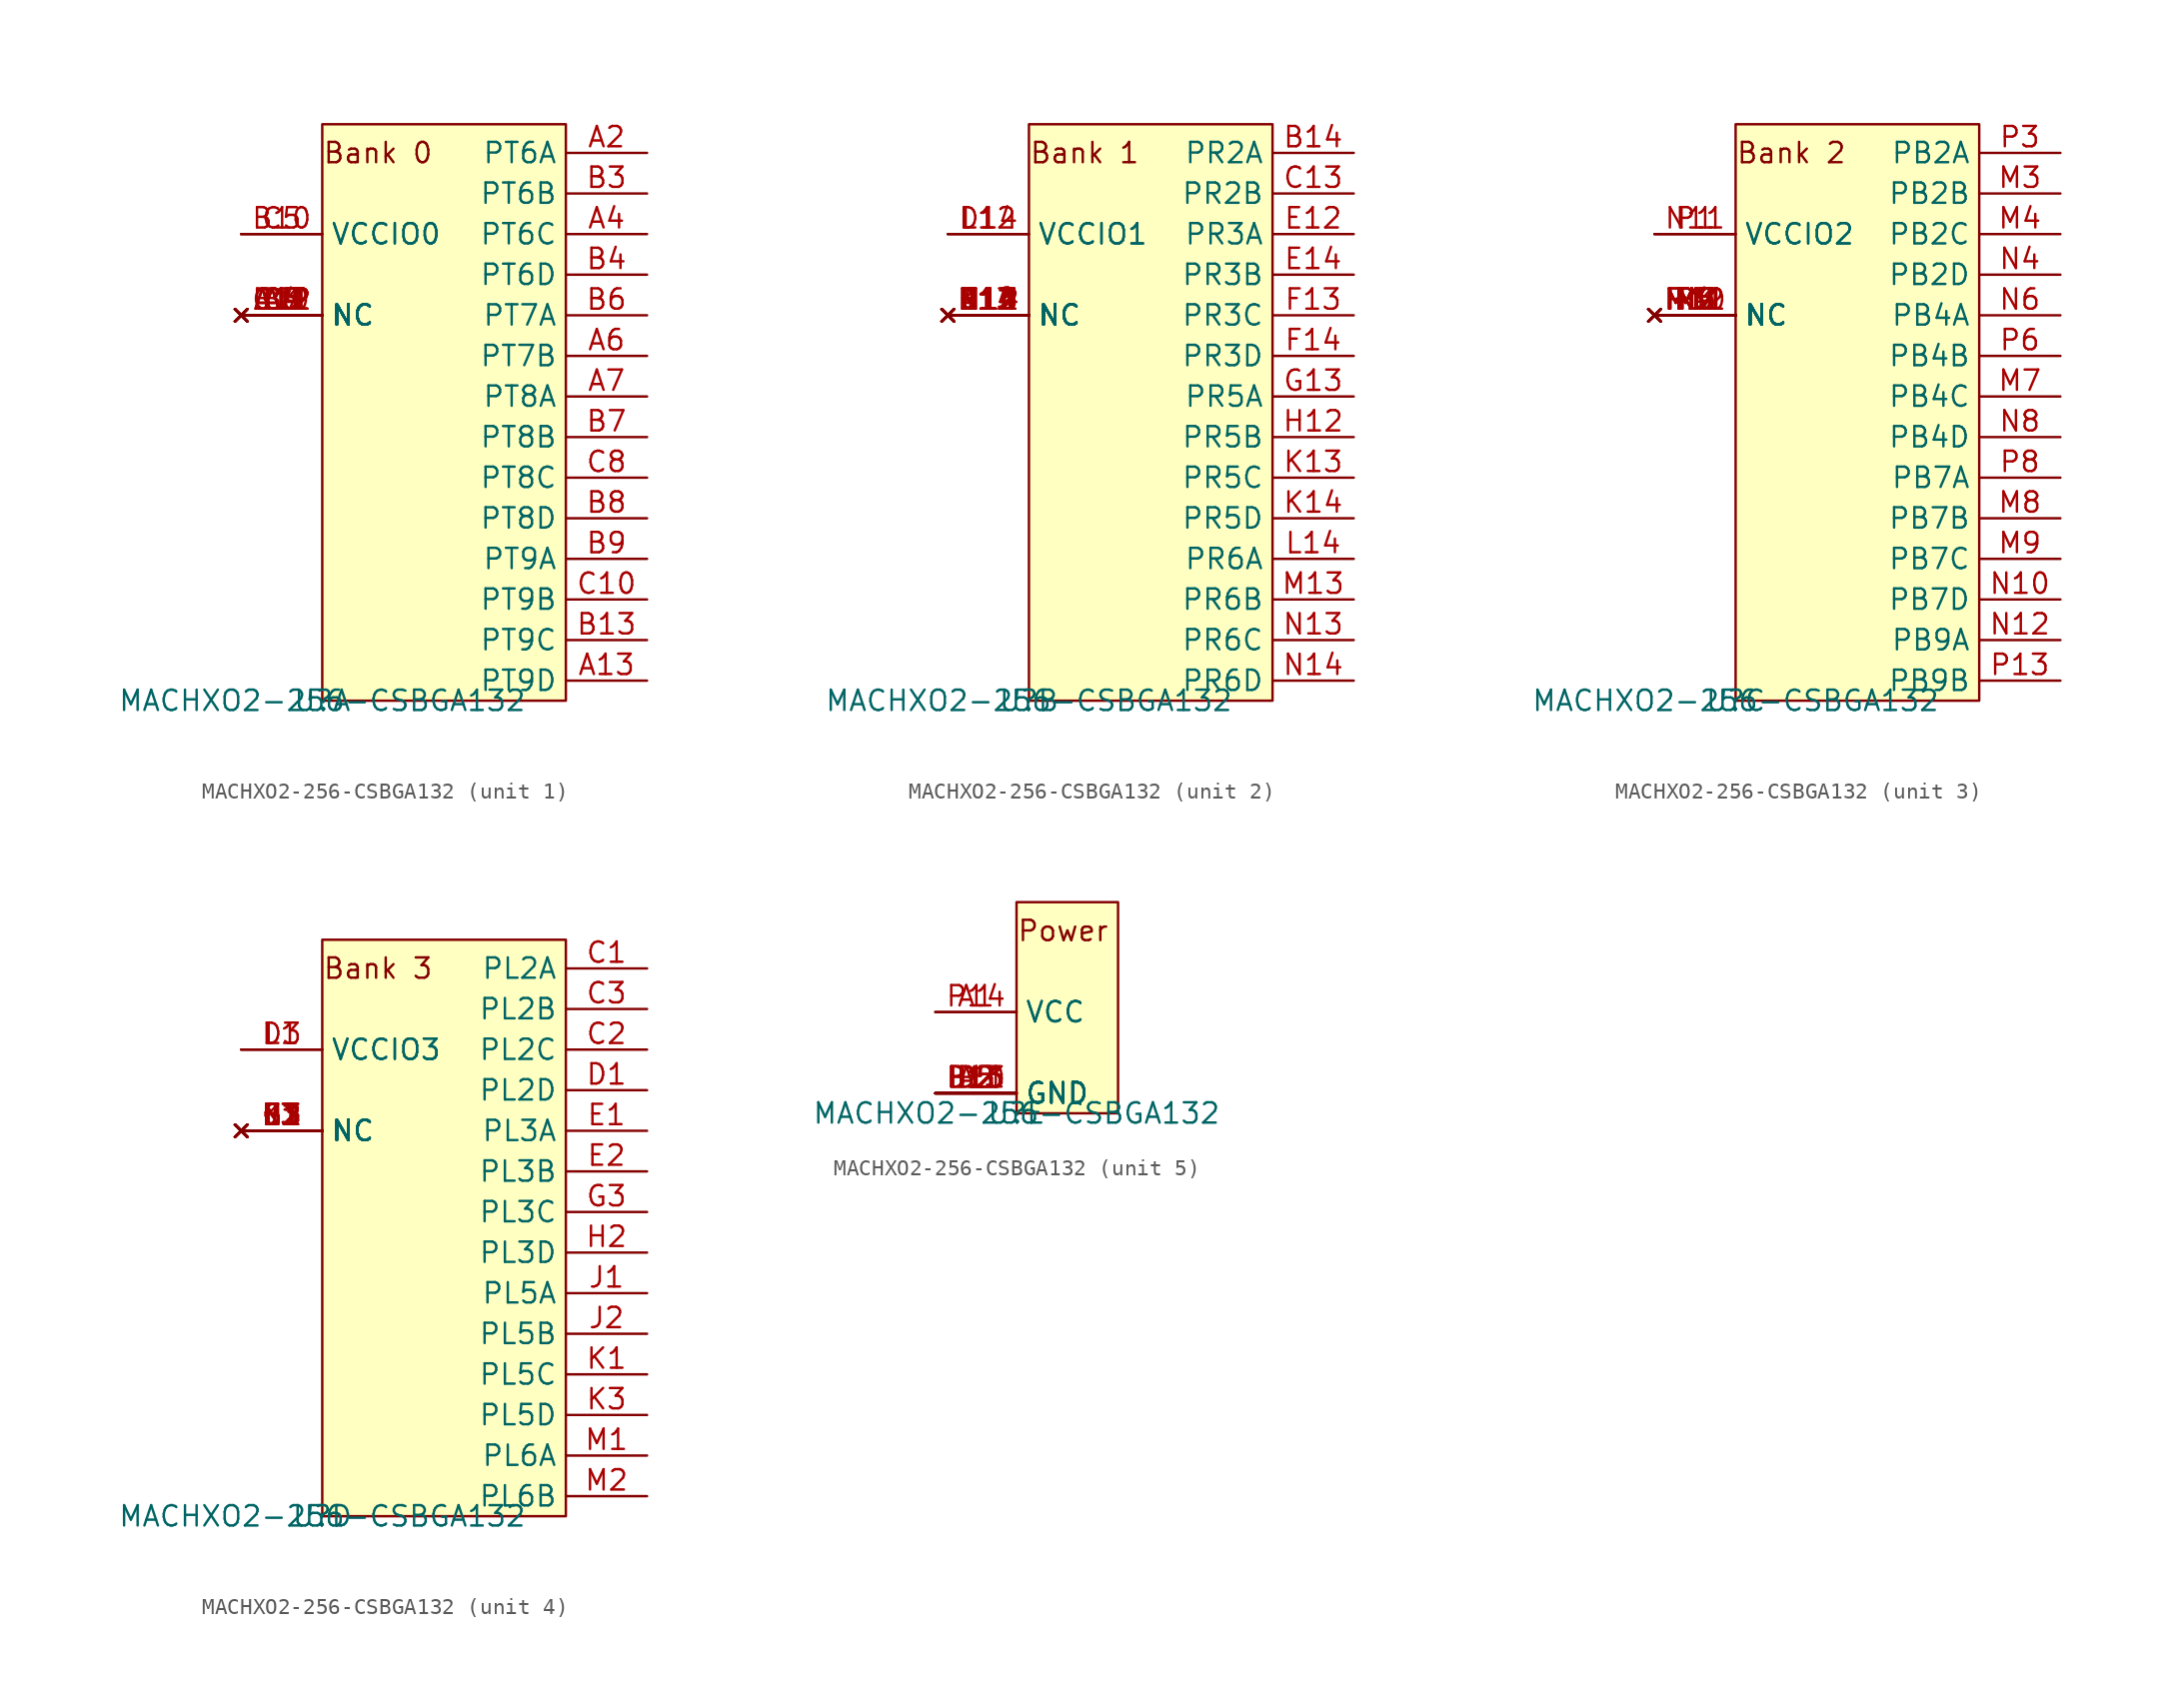
<source format=kicad_sym>
(kicad_symbol_lib
  (version 20211014)
  (generator kicad_symbol_editor)
  (symbol "MACHXO2-256-CSBGA132"
    (property "Reference" "U"
      (at 0 0 0)
      (effects (font (size 1.27 1.27))))
    (property "Value" "MACHXO2-256-CSBGA132"
      (at 0 0 0)
      (effects (font (size 1.27 1.27))))
    (property "ki_locked" ""
      (at 0 0 0)
      (effects (font (size 1.27 1.27))))
    (symbol "MACHXO2-256-CSBGA132_1_0"
      (pin power_in line (at -5.08 29.194 0) (length 5.08) (name "VCCIO0" (effects (font (size 1.27 1.27)))) (number "B10" (effects (font (size 1.27 1.27)))))
      (pin power_in line (at -5.08 29.194 0) (length 5.08) (name "VCCIO0" (effects (font (size 1.27 1.27)))) (number "C5" (effects (font (size 1.27 1.27)))))
      (pin no_connect line (at -5.08 24.114 0) (length 5.08) (name "NC" (effects (font (size 1.27 1.27)))) (number "A12" (effects (font (size 1.27 1.27)))))
      (pin no_connect line (at -5.08 24.114 0) (length 5.08) (name "NC" (effects (font (size 1.27 1.27)))) (number "C12" (effects (font (size 1.27 1.27)))))
      (pin no_connect line (at -5.08 24.114 0) (length 5.08) (name "NC" (effects (font (size 1.27 1.27)))) (number "B12" (effects (font (size 1.27 1.27)))))
      (pin no_connect line (at -5.08 24.114 0) (length 5.08) (name "NC" (effects (font (size 1.27 1.27)))) (number "A11" (effects (font (size 1.27 1.27)))))
      (pin no_connect line (at -5.08 24.114 0) (length 5.08) (name "NC" (effects (font (size 1.27 1.27)))) (number "C11" (effects (font (size 1.27 1.27)))))
      (pin no_connect line (at -5.08 24.114 0) (length 5.08) (name "NC" (effects (font (size 1.27 1.27)))) (number "A10" (effects (font (size 1.27 1.27)))))
      (pin no_connect line (at -5.08 24.114 0) (length 5.08) (name "NC" (effects (font (size 1.27 1.27)))) (number "A9" (effects (font (size 1.27 1.27)))))
      (pin no_connect line (at -5.08 24.114 0) (length 5.08) (name "NC" (effects (font (size 1.27 1.27)))) (number "C9" (effects (font (size 1.27 1.27)))))
      (pin no_connect line (at -5.08 24.114 0) (length 5.08) (name "NC" (effects (font (size 1.27 1.27)))) (number "A8" (effects (font (size 1.27 1.27)))))
      (pin no_connect line (at -5.08 24.114 0) (length 5.08) (name "NC" (effects (font (size 1.27 1.27)))) (number "C6" (effects (font (size 1.27 1.27)))))
      (pin no_connect line (at -5.08 24.114 0) (length 5.08) (name "NC" (effects (font (size 1.27 1.27)))) (number "B5" (effects (font (size 1.27 1.27)))))
      (pin no_connect line (at -5.08 24.114 0) (length 5.08) (name "NC" (effects (font (size 1.27 1.27)))) (number "C4" (effects (font (size 1.27 1.27)))))
      (pin no_connect line (at -5.08 24.114 0) (length 5.08) (name "NC" (effects (font (size 1.27 1.27)))) (number "A3" (effects (font (size 1.27 1.27)))))
      (pin no_connect line (at -5.08 24.114 0) (length 5.08) (name "NC" (effects (font (size 1.27 1.27)))) (number "C7" (effects (font (size 1.27 1.27)))))
      (pin bidirectional line (at 20.32 34.274 180) (length 5.08) (name "PT6A" (effects (font (size 1.27 1.27)))) (number "A2" (effects (font (size 1.27 1.27)))))
      (pin bidirectional line (at 20.32 31.734 180) (length 5.08) (name "PT6B" (effects (font (size 1.27 1.27)))) (number "B3" (effects (font (size 1.27 1.27)))))
      (pin bidirectional line (at 20.32 29.194 180) (length 5.08) (name "PT6C" (effects (font (size 1.27 1.27)))) (number "A4" (effects (font (size 1.27 1.27)))))
      (pin bidirectional line (at 20.32 26.654 180) (length 5.08) (name "PT6D" (effects (font (size 1.27 1.27)))) (number "B4" (effects (font (size 1.27 1.27)))))
      (pin bidirectional line (at 20.32 24.114 180) (length 5.08) (name "PT7A" (effects (font (size 1.27 1.27)))) (number "B6" (effects (font (size 1.27 1.27)))))
      (pin bidirectional line (at 20.32 21.574 180) (length 5.08) (name "PT7B" (effects (font (size 1.27 1.27)))) (number "A6" (effects (font (size 1.27 1.27)))))
      (pin bidirectional line (at 20.32 19.034 180) (length 5.08) (name "PT8A" (effects (font (size 1.27 1.27)))) (number "A7" (effects (font (size 1.27 1.27)))))
      (pin bidirectional line (at 20.32 16.494 180) (length 5.08) (name "PT8B" (effects (font (size 1.27 1.27)))) (number "B7" (effects (font (size 1.27 1.27)))))
      (pin bidirectional line (at 20.32 13.954 180) (length 5.08) (name "PT8C" (effects (font (size 1.27 1.27)))) (number "C8" (effects (font (size 1.27 1.27)))))
      (pin bidirectional line (at 20.32 11.414 180) (length 5.08) (name "PT8D" (effects (font (size 1.27 1.27)))) (number "B8" (effects (font (size 1.27 1.27)))))
      (pin bidirectional line (at 20.32 8.874 180) (length 5.08) (name "PT9A" (effects (font (size 1.27 1.27)))) (number "B9" (effects (font (size 1.27 1.27)))))
      (pin bidirectional line (at 20.32 6.334 180) (length 5.08) (name "PT9B" (effects (font (size 1.27 1.27)))) (number "C10" (effects (font (size 1.27 1.27)))))
      (pin bidirectional line (at 20.32 3.794 180) (length 5.08) (name "PT9C" (effects (font (size 1.27 1.27)))) (number "B13" (effects (font (size 1.27 1.27)))))
      (pin bidirectional line (at 20.32 1.254 180) (length 5.08) (name "PT9D" (effects (font (size 1.27 1.27)))) (number "A13" (effects (font (size 1.27 1.27))))))
    (symbol "MACHXO2-256-CSBGA132_1_1"
      (rectangle (start 0 0) (end 15.24 36.068) (stroke (width 0) (type default) (color 0 0 0 0)) (fill (type background)))
      (text "Bank 0" (at 0 34.274 0) (effects (font (size 1.27 1.27)) (justify left))))
    (symbol "MACHXO2-256-CSBGA132_2_0"
      (pin power_in line (at -5.08 29.194 0) (length 5.08) (name "VCCIO1" (effects (font (size 1.27 1.27)))) (number "L12" (effects (font (size 1.27 1.27)))))
      (pin power_in line (at -5.08 29.194 0) (length 5.08) (name "VCCIO1" (effects (font (size 1.27 1.27)))) (number "D14" (effects (font (size 1.27 1.27)))))
      (pin no_connect line (at -5.08 24.114 0) (length 5.08) (name "NC" (effects (font (size 1.27 1.27)))) (number "M14" (effects (font (size 1.27 1.27)))))
      (pin no_connect line (at -5.08 24.114 0) (length 5.08) (name "NC" (effects (font (size 1.27 1.27)))) (number "M12" (effects (font (size 1.27 1.27)))))
      (pin no_connect line (at -5.08 24.114 0) (length 5.08) (name "NC" (effects (font (size 1.27 1.27)))) (number "K12" (effects (font (size 1.27 1.27)))))
      (pin no_connect line (at -5.08 24.114 0) (length 5.08) (name "NC" (effects (font (size 1.27 1.27)))) (number "J13" (effects (font (size 1.27 1.27)))))
      (pin no_connect line (at -5.08 24.114 0) (length 5.08) (name "NC" (effects (font (size 1.27 1.27)))) (number "J14" (effects (font (size 1.27 1.27)))))
      (pin no_connect line (at -5.08 24.114 0) (length 5.08) (name "NC" (effects (font (size 1.27 1.27)))) (number "J12" (effects (font (size 1.27 1.27)))))
      (pin no_connect line (at -5.08 24.114 0) (length 5.08) (name "NC" (effects (font (size 1.27 1.27)))) (number "H14" (effects (font (size 1.27 1.27)))))
      (pin no_connect line (at -5.08 24.114 0) (length 5.08) (name "NC" (effects (font (size 1.27 1.27)))) (number "H13" (effects (font (size 1.27 1.27)))))
      (pin no_connect line (at -5.08 24.114 0) (length 5.08) (name "NC" (effects (font (size 1.27 1.27)))) (number "G14" (effects (font (size 1.27 1.27)))))
      (pin no_connect line (at -5.08 24.114 0) (length 5.08) (name "NC" (effects (font (size 1.27 1.27)))) (number "G12" (effects (font (size 1.27 1.27)))))
      (pin no_connect line (at -5.08 24.114 0) (length 5.08) (name "NC" (effects (font (size 1.27 1.27)))) (number "A14" (effects (font (size 1.27 1.27)))))
      (pin no_connect line (at -5.08 24.114 0) (length 5.08) (name "NC" (effects (font (size 1.27 1.27)))) (number "F12" (effects (font (size 1.27 1.27)))))
      (pin no_connect line (at -5.08 24.114 0) (length 5.08) (name "NC" (effects (font (size 1.27 1.27)))) (number "E13" (effects (font (size 1.27 1.27)))))
      (pin no_connect line (at -5.08 24.114 0) (length 5.08) (name "NC" (effects (font (size 1.27 1.27)))) (number "D12" (effects (font (size 1.27 1.27)))))
      (pin no_connect line (at -5.08 24.114 0) (length 5.08) (name "NC" (effects (font (size 1.27 1.27)))) (number "C14" (effects (font (size 1.27 1.27)))))
      (pin bidirectional line (at 20.32 34.274 180) (length 5.08) (name "PR2A" (effects (font (size 1.27 1.27)))) (number "B14" (effects (font (size 1.27 1.27)))))
      (pin bidirectional line (at 20.32 31.734 180) (length 5.08) (name "PR2B" (effects (font (size 1.27 1.27)))) (number "C13" (effects (font (size 1.27 1.27)))))
      (pin bidirectional line (at 20.32 29.194 180) (length 5.08) (name "PR3A" (effects (font (size 1.27 1.27)))) (number "E12" (effects (font (size 1.27 1.27)))))
      (pin bidirectional line (at 20.32 26.654 180) (length 5.08) (name "PR3B" (effects (font (size 1.27 1.27)))) (number "E14" (effects (font (size 1.27 1.27)))))
      (pin bidirectional line (at 20.32 24.114 180) (length 5.08) (name "PR3C" (effects (font (size 1.27 1.27)))) (number "F13" (effects (font (size 1.27 1.27)))))
      (pin bidirectional line (at 20.32 21.574 180) (length 5.08) (name "PR3D" (effects (font (size 1.27 1.27)))) (number "F14" (effects (font (size 1.27 1.27)))))
      (pin bidirectional line (at 20.32 19.034 180) (length 5.08) (name "PR5A" (effects (font (size 1.27 1.27)))) (number "G13" (effects (font (size 1.27 1.27)))))
      (pin bidirectional line (at 20.32 16.494 180) (length 5.08) (name "PR5B" (effects (font (size 1.27 1.27)))) (number "H12" (effects (font (size 1.27 1.27)))))
      (pin bidirectional line (at 20.32 13.954 180) (length 5.08) (name "PR5C" (effects (font (size 1.27 1.27)))) (number "K13" (effects (font (size 1.27 1.27)))))
      (pin bidirectional line (at 20.32 11.414 180) (length 5.08) (name "PR5D" (effects (font (size 1.27 1.27)))) (number "K14" (effects (font (size 1.27 1.27)))))
      (pin bidirectional line (at 20.32 8.874 180) (length 5.08) (name "PR6A" (effects (font (size 1.27 1.27)))) (number "L14" (effects (font (size 1.27 1.27)))))
      (pin bidirectional line (at 20.32 6.334 180) (length 5.08) (name "PR6B" (effects (font (size 1.27 1.27)))) (number "M13" (effects (font (size 1.27 1.27)))))
      (pin bidirectional line (at 20.32 3.794 180) (length 5.08) (name "PR6C" (effects (font (size 1.27 1.27)))) (number "N13" (effects (font (size 1.27 1.27)))))
      (pin bidirectional line (at 20.32 1.254 180) (length 5.08) (name "PR6D" (effects (font (size 1.27 1.27)))) (number "N14" (effects (font (size 1.27 1.27))))))
    (symbol "MACHXO2-256-CSBGA132_2_1"
      (rectangle (start 0 0) (end 15.24 36.068) (stroke (width 0) (type default) (color 0 0 0 0)) (fill (type background)))
      (text "Bank 1" (at 0 34.274 0) (effects (font (size 1.27 1.27)) (justify left))))
    (symbol "MACHXO2-256-CSBGA132_3_0"
      (pin power_in line (at -5.08 29.194 0) (length 5.08) (name "VCCIO2" (effects (font (size 1.27 1.27)))) (number "P1" (effects (font (size 1.27 1.27)))))
      (pin power_in line (at -5.08 29.194 0) (length 5.08) (name "VCCIO2" (effects (font (size 1.27 1.27)))) (number "N11" (effects (font (size 1.27 1.27)))))
      (pin no_connect line (at -5.08 24.114 0) (length 5.08) (name "NC" (effects (font (size 1.27 1.27)))) (number "P2" (effects (font (size 1.27 1.27)))))
      (pin no_connect line (at -5.08 24.114 0) (length 5.08) (name "NC" (effects (font (size 1.27 1.27)))) (number "N2" (effects (font (size 1.27 1.27)))))
      (pin no_connect line (at -5.08 24.114 0) (length 5.08) (name "NC" (effects (font (size 1.27 1.27)))) (number "N3" (effects (font (size 1.27 1.27)))))
      (pin no_connect line (at -5.08 24.114 0) (length 5.08) (name "NC" (effects (font (size 1.27 1.27)))) (number "P4" (effects (font (size 1.27 1.27)))))
      (pin no_connect line (at -5.08 24.114 0) (length 5.08) (name "NC" (effects (font (size 1.27 1.27)))) (number "N5" (effects (font (size 1.27 1.27)))))
      (pin no_connect line (at -5.08 24.114 0) (length 5.08) (name "NC" (effects (font (size 1.27 1.27)))) (number "M5" (effects (font (size 1.27 1.27)))))
      (pin no_connect line (at -5.08 24.114 0) (length 5.08) (name "NC" (effects (font (size 1.27 1.27)))) (number "M6" (effects (font (size 1.27 1.27)))))
      (pin no_connect line (at -5.08 24.114 0) (length 5.08) (name "NC" (effects (font (size 1.27 1.27)))) (number "P7" (effects (font (size 1.27 1.27)))))
      (pin no_connect line (at -5.08 24.114 0) (length 5.08) (name "NC" (effects (font (size 1.27 1.27)))) (number "N7" (effects (font (size 1.27 1.27)))))
      (pin no_connect line (at -5.08 24.114 0) (length 5.08) (name "NC" (effects (font (size 1.27 1.27)))) (number "P9" (effects (font (size 1.27 1.27)))))
      (pin no_connect line (at -5.08 24.114 0) (length 5.08) (name "NC" (effects (font (size 1.27 1.27)))) (number "N9" (effects (font (size 1.27 1.27)))))
      (pin no_connect line (at -5.08 24.114 0) (length 5.08) (name "NC" (effects (font (size 1.27 1.27)))) (number "M10" (effects (font (size 1.27 1.27)))))
      (pin no_connect line (at -5.08 24.114 0) (length 5.08) (name "NC" (effects (font (size 1.27 1.27)))) (number "P11" (effects (font (size 1.27 1.27)))))
      (pin no_connect line (at -5.08 24.114 0) (length 5.08) (name "NC" (effects (font (size 1.27 1.27)))) (number "M11" (effects (font (size 1.27 1.27)))))
      (pin no_connect line (at -5.08 24.114 0) (length 5.08) (name "NC" (effects (font (size 1.27 1.27)))) (number "P12" (effects (font (size 1.27 1.27)))))
      (pin bidirectional line (at 20.32 34.274 180) (length 5.08) (name "PB2A" (effects (font (size 1.27 1.27)))) (number "P3" (effects (font (size 1.27 1.27)))))
      (pin bidirectional line (at 20.32 31.734 180) (length 5.08) (name "PB2B" (effects (font (size 1.27 1.27)))) (number "M3" (effects (font (size 1.27 1.27)))))
      (pin bidirectional line (at 20.32 29.194 180) (length 5.08) (name "PB2C" (effects (font (size 1.27 1.27)))) (number "M4" (effects (font (size 1.27 1.27)))))
      (pin bidirectional line (at 20.32 26.654 180) (length 5.08) (name "PB2D" (effects (font (size 1.27 1.27)))) (number "N4" (effects (font (size 1.27 1.27)))))
      (pin bidirectional line (at 20.32 24.114 180) (length 5.08) (name "PB4A" (effects (font (size 1.27 1.27)))) (number "N6" (effects (font (size 1.27 1.27)))))
      (pin bidirectional line (at 20.32 21.574 180) (length 5.08) (name "PB4B" (effects (font (size 1.27 1.27)))) (number "P6" (effects (font (size 1.27 1.27)))))
      (pin bidirectional line (at 20.32 19.034 180) (length 5.08) (name "PB4C" (effects (font (size 1.27 1.27)))) (number "M7" (effects (font (size 1.27 1.27)))))
      (pin bidirectional line (at 20.32 16.494 180) (length 5.08) (name "PB4D" (effects (font (size 1.27 1.27)))) (number "N8" (effects (font (size 1.27 1.27)))))
      (pin bidirectional line (at 20.32 13.954 180) (length 5.08) (name "PB7A" (effects (font (size 1.27 1.27)))) (number "P8" (effects (font (size 1.27 1.27)))))
      (pin bidirectional line (at 20.32 11.414 180) (length 5.08) (name "PB7B" (effects (font (size 1.27 1.27)))) (number "M8" (effects (font (size 1.27 1.27)))))
      (pin bidirectional line (at 20.32 8.874 180) (length 5.08) (name "PB7C" (effects (font (size 1.27 1.27)))) (number "M9" (effects (font (size 1.27 1.27)))))
      (pin bidirectional line (at 20.32 6.334 180) (length 5.08) (name "PB7D" (effects (font (size 1.27 1.27)))) (number "N10" (effects (font (size 1.27 1.27)))))
      (pin bidirectional line (at 20.32 3.794 180) (length 5.08) (name "PB9A" (effects (font (size 1.27 1.27)))) (number "N12" (effects (font (size 1.27 1.27)))))
      (pin bidirectional line (at 20.32 1.254 180) (length 5.08) (name "PB9B" (effects (font (size 1.27 1.27)))) (number "P13" (effects (font (size 1.27 1.27))))))
    (symbol "MACHXO2-256-CSBGA132_3_1"
      (rectangle (start 0 0) (end 15.24 36.068) (stroke (width 0) (type default) (color 0 0 0 0)) (fill (type background)))
      (text "Bank 2" (at 0 34.274 0) (effects (font (size 1.27 1.27)) (justify left))))
    (symbol "MACHXO2-256-CSBGA132_4_0"
      (pin power_in line (at -5.08 29.194 0) (length 5.08) (name "VCCIO3" (effects (font (size 1.27 1.27)))) (number "D3" (effects (font (size 1.27 1.27)))))
      (pin power_in line (at -5.08 29.194 0) (length 5.08) (name "VCCIO3" (effects (font (size 1.27 1.27)))) (number "L1" (effects (font (size 1.27 1.27)))))
      (pin no_connect line (at -5.08 24.114 0) (length 5.08) (name "NC" (effects (font (size 1.27 1.27)))) (number "B1" (effects (font (size 1.27 1.27)))))
      (pin no_connect line (at -5.08 24.114 0) (length 5.08) (name "NC" (effects (font (size 1.27 1.27)))) (number "B2" (effects (font (size 1.27 1.27)))))
      (pin no_connect line (at -5.08 24.114 0) (length 5.08) (name "NC" (effects (font (size 1.27 1.27)))) (number "G1" (effects (font (size 1.27 1.27)))))
      (pin no_connect line (at -5.08 24.114 0) (length 5.08) (name "NC" (effects (font (size 1.27 1.27)))) (number "E3" (effects (font (size 1.27 1.27)))))
      (pin no_connect line (at -5.08 24.114 0) (length 5.08) (name "NC" (effects (font (size 1.27 1.27)))) (number "F2" (effects (font (size 1.27 1.27)))))
      (pin no_connect line (at -5.08 24.114 0) (length 5.08) (name "NC" (effects (font (size 1.27 1.27)))) (number "F1" (effects (font (size 1.27 1.27)))))
      (pin no_connect line (at -5.08 24.114 0) (length 5.08) (name "NC" (effects (font (size 1.27 1.27)))) (number "F3" (effects (font (size 1.27 1.27)))))
      (pin no_connect line (at -5.08 24.114 0) (length 5.08) (name "NC" (effects (font (size 1.27 1.27)))) (number "G2" (effects (font (size 1.27 1.27)))))
      (pin no_connect line (at -5.08 24.114 0) (length 5.08) (name "NC" (effects (font (size 1.27 1.27)))) (number "H1" (effects (font (size 1.27 1.27)))))
      (pin no_connect line (at -5.08 24.114 0) (length 5.08) (name "NC" (effects (font (size 1.27 1.27)))) (number "H3" (effects (font (size 1.27 1.27)))))
      (pin no_connect line (at -5.08 24.114 0) (length 5.08) (name "NC" (effects (font (size 1.27 1.27)))) (number "N1" (effects (font (size 1.27 1.27)))))
      (pin no_connect line (at -5.08 24.114 0) (length 5.08) (name "NC" (effects (font (size 1.27 1.27)))) (number "J3" (effects (font (size 1.27 1.27)))))
      (pin no_connect line (at -5.08 24.114 0) (length 5.08) (name "NC" (effects (font (size 1.27 1.27)))) (number "K2" (effects (font (size 1.27 1.27)))))
      (pin no_connect line (at -5.08 24.114 0) (length 5.08) (name "NC" (effects (font (size 1.27 1.27)))) (number "L3" (effects (font (size 1.27 1.27)))))
      (pin bidirectional line (at 20.32 34.274 180) (length 5.08) (name "PL2A" (effects (font (size 1.27 1.27)))) (number "C1" (effects (font (size 1.27 1.27)))))
      (pin bidirectional line (at 20.32 31.734 180) (length 5.08) (name "PL2B" (effects (font (size 1.27 1.27)))) (number "C3" (effects (font (size 1.27 1.27)))))
      (pin bidirectional line (at 20.32 29.194 180) (length 5.08) (name "PL2C" (effects (font (size 1.27 1.27)))) (number "C2" (effects (font (size 1.27 1.27)))))
      (pin bidirectional line (at 20.32 26.654 180) (length 5.08) (name "PL2D" (effects (font (size 1.27 1.27)))) (number "D1" (effects (font (size 1.27 1.27)))))
      (pin bidirectional line (at 20.32 24.114 180) (length 5.08) (name "PL3A" (effects (font (size 1.27 1.27)))) (number "E1" (effects (font (size 1.27 1.27)))))
      (pin bidirectional line (at 20.32 21.574 180) (length 5.08) (name "PL3B" (effects (font (size 1.27 1.27)))) (number "E2" (effects (font (size 1.27 1.27)))))
      (pin bidirectional line (at 20.32 19.034 180) (length 5.08) (name "PL3C" (effects (font (size 1.27 1.27)))) (number "G3" (effects (font (size 1.27 1.27)))))
      (pin bidirectional line (at 20.32 16.494 180) (length 5.08) (name "PL3D" (effects (font (size 1.27 1.27)))) (number "H2" (effects (font (size 1.27 1.27)))))
      (pin bidirectional line (at 20.32 13.954 180) (length 5.08) (name "PL5A" (effects (font (size 1.27 1.27)))) (number "J1" (effects (font (size 1.27 1.27)))))
      (pin bidirectional line (at 20.32 11.414 180) (length 5.08) (name "PL5B" (effects (font (size 1.27 1.27)))) (number "J2" (effects (font (size 1.27 1.27)))))
      (pin bidirectional line (at 20.32 8.874 180) (length 5.08) (name "PL5C" (effects (font (size 1.27 1.27)))) (number "K1" (effects (font (size 1.27 1.27)))))
      (pin bidirectional line (at 20.32 6.334 180) (length 5.08) (name "PL5D" (effects (font (size 1.27 1.27)))) (number "K3" (effects (font (size 1.27 1.27)))))
      (pin bidirectional line (at 20.32 3.794 180) (length 5.08) (name "PL6A" (effects (font (size 1.27 1.27)))) (number "M1" (effects (font (size 1.27 1.27)))))
      (pin bidirectional line (at 20.32 1.254 180) (length 5.08) (name "PL6B" (effects (font (size 1.27 1.27)))) (number "M2" (effects (font (size 1.27 1.27))))))
    (symbol "MACHXO2-256-CSBGA132_4_1"
      (rectangle (start 0 0) (end 15.24 36.068) (stroke (width 0) (type default) (color 0 0 0 0)) (fill (type background)))
      (text "Bank 3" (at 0 34.274 0) (effects (font (size 1.27 1.27)) (justify left))))
    (symbol "MACHXO2-256-CSBGA132_5_0"
      (pin power_in line (at -5.08 6.334 0) (length 5.08) (name "VCC" (effects (font (size 1.27 1.27)))) (number "P14" (effects (font (size 1.27 1.27)))))
      (pin power_in line (at -5.08 6.334 0) (length 5.08) (name "VCC" (effects (font (size 1.27 1.27)))) (number "A1" (effects (font (size 1.27 1.27)))))
      (pin power_in line (at -5.08 1.254 0) (length 5.08) (name "GND" (effects (font (size 1.27 1.27)))) (number "D2" (effects (font (size 1.27 1.27)))))
      (pin power_in line (at -5.08 1.254 0) (length 5.08) (name "GND" (effects (font (size 1.27 1.27)))) (number "L2" (effects (font (size 1.27 1.27)))))
      (pin power_in line (at -5.08 1.254 0) (length 5.08) (name "GND" (effects (font (size 1.27 1.27)))) (number "P5" (effects (font (size 1.27 1.27)))))
      (pin power_in line (at -5.08 1.254 0) (length 5.08) (name "GND" (effects (font (size 1.27 1.27)))) (number "P10" (effects (font (size 1.27 1.27)))))
      (pin power_in line (at -5.08 1.254 0) (length 5.08) (name "GND" (effects (font (size 1.27 1.27)))) (number "L13" (effects (font (size 1.27 1.27)))))
      (pin power_in line (at -5.08 1.254 0) (length 5.08) (name "GND" (effects (font (size 1.27 1.27)))) (number "D13" (effects (font (size 1.27 1.27)))))
      (pin power_in line (at -5.08 1.254 0) (length 5.08) (name "GND" (effects (font (size 1.27 1.27)))) (number "B11" (effects (font (size 1.27 1.27)))))
      (pin power_in line (at -5.08 1.254 0) (length 5.08) (name "GND" (effects (font (size 1.27 1.27)))) (number "A5" (effects (font (size 1.27 1.27))))))
    (symbol "MACHXO2-256-CSBGA132_5_1"
      (rectangle (start 0 0) (end 6.35 13.208) (stroke (width 0) (type default) (color 0 0 0 0)) (fill (type background)))
      (text "Power" (at 0 11.414 0) (effects (font (size 1.27 1.27)) (justify left))))))
</source>
